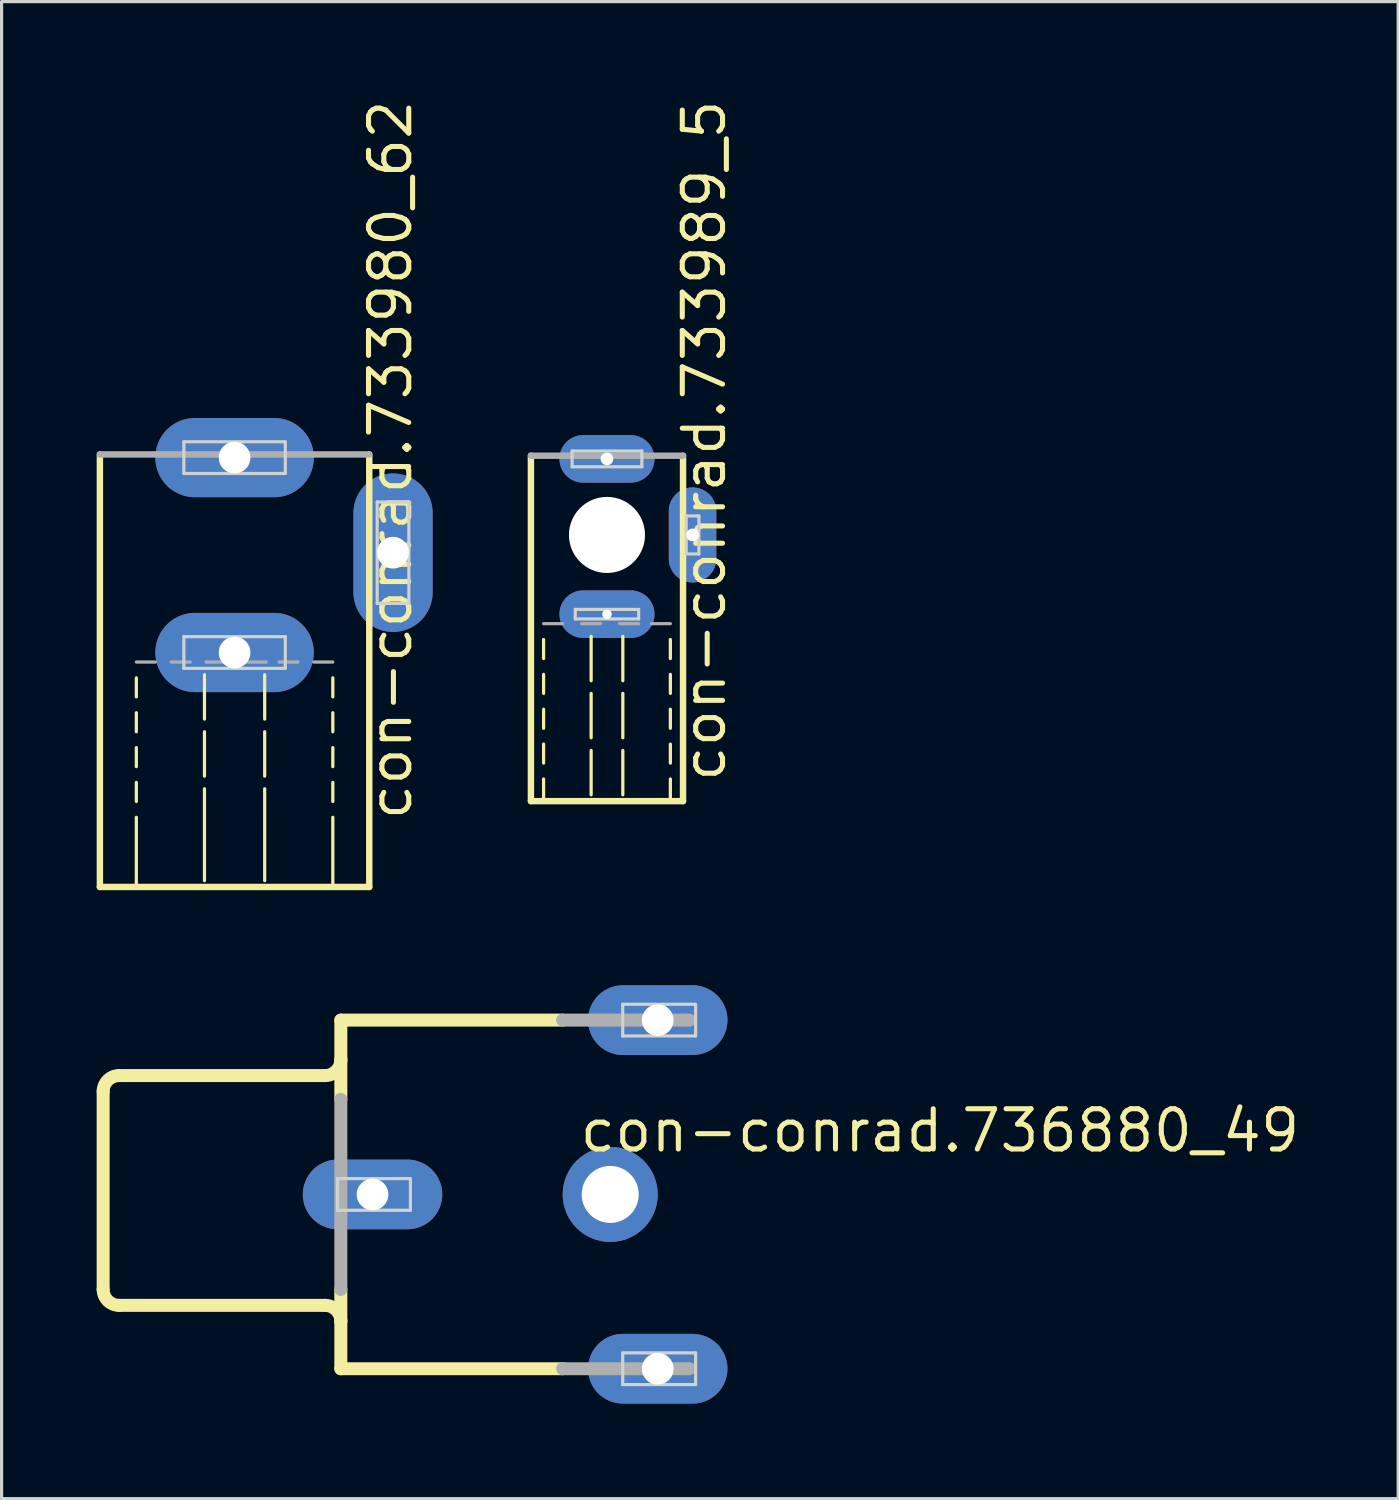
<source format=kicad_pcb>
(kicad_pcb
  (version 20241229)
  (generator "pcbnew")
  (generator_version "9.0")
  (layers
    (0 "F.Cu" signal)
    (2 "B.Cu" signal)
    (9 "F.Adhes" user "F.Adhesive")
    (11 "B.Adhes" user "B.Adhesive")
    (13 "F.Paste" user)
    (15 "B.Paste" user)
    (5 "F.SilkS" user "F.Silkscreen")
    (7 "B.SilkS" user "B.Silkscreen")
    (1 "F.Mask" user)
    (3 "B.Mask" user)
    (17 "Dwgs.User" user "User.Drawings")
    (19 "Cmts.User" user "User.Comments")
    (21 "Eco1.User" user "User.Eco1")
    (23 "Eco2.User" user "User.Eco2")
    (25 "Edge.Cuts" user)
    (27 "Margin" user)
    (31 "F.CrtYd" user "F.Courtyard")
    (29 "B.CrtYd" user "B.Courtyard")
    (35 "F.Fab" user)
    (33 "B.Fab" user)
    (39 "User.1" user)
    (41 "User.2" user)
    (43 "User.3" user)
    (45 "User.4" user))
  (footprint "con-conrad.733980_62"
    (layer "F.Cu")
    (at 4.352 19.96)
    (property "Reference" "con-conrad.733980_62" (at 5.66 2.945 90) (layer "F.SilkS") (effects (font (size 1.27 1.27) (thickness 0.16)) (justify left bottom)))
    (attr through_hole)
    (fp_line (start -4.25 -8.67) (end -4.25 4.978) (stroke (width 0.203) (type default)) (layer "F.SilkS"))
    (fp_line (start -4.25 4.978) (end 4.25 4.978) (stroke (width 0.203) (type default)) (layer "F.SilkS"))
    (fp_line (start -3.1 -1.02) (end -3.1 -1.62) (stroke (width 0.102) (type default)) (layer "F.SilkS"))
    (fp_line (start -3.1 0.08) (end -3.1 -0.52) (stroke (width 0.102) (type default)) (layer "F.SilkS"))
    (fp_line (start -3.1 1.18) (end -3.1 0.58) (stroke (width 0.102) (type default)) (layer "F.SilkS"))
    (fp_line (start -3.1 2.28) (end -3.1 1.68) (stroke (width 0.102) (type default)) (layer "F.SilkS"))
    (fp_line (start -3.1 4.878) (end -3.1 2.78) (stroke (width 0.102) (type default)) (layer "F.SilkS"))
    (fp_line (start -0.95 -0.32) (end -0.95 -1.72) (stroke (width 0.102) (type default)) (layer "F.SilkS"))
    (fp_line (start -0.95 1.48) (end -0.95 0.08) (stroke (width 0.102) (type default)) (layer "F.SilkS"))
    (fp_line (start -0.95 4.778) (end -0.95 1.88) (stroke (width 0.102) (type default)) (layer "F.SilkS"))
    (fp_line (start 0.95 -0.32) (end 0.95 -1.72) (stroke (width 0.102) (type default)) (layer "F.SilkS"))
    (fp_line (start 0.95 1.48) (end 0.95 0.08) (stroke (width 0.102) (type default)) (layer "F.SilkS"))
    (fp_line (start 0.95 4.778) (end 0.95 1.88) (stroke (width 0.102) (type default)) (layer "F.SilkS"))
    (fp_line (start 3.1 -1.02) (end 3.1 -1.62) (stroke (width 0.102) (type default)) (layer "F.SilkS"))
    (fp_line (start 3.1 0.08) (end 3.1 -0.52) (stroke (width 0.102) (type default)) (layer "F.SilkS"))
    (fp_line (start 3.1 1.18) (end 3.1 0.58) (stroke (width 0.102) (type default)) (layer "F.SilkS"))
    (fp_line (start 3.1 2.28) (end 3.1 1.68) (stroke (width 0.102) (type default)) (layer "F.SilkS"))
    (fp_line (start 3.1 4.878) (end 3.1 2.78) (stroke (width 0.102) (type default)) (layer "F.SilkS"))
    (fp_line (start 4.25 4.978) (end 4.25 -8.67) (stroke (width 0.203) (type default)) (layer "F.SilkS"))
    (fp_line (start -1.6 -9.07) (end 1.6 -9.07) (stroke (width 0.1) (type default)) (layer "Edge.Cuts"))
    (fp_line (start -1.6 -8.07) (end -1.6 -9.07) (stroke (width 0.1) (type default)) (layer "Edge.Cuts"))
    (fp_line (start -1.6 -2.92) (end 1.6 -2.92) (stroke (width 0.1) (type default)) (layer "Edge.Cuts"))
    (fp_line (start -1.6 -1.92) (end -1.6 -2.92) (stroke (width 0.1) (type default)) (layer "Edge.Cuts"))
    (fp_line (start 1.6 -9.07) (end 1.6 -8.07) (stroke (width 0.1) (type default)) (layer "Edge.Cuts"))
    (fp_line (start 1.6 -8.07) (end -1.6 -8.07) (stroke (width 0.1) (type default)) (layer "Edge.Cuts"))
    (fp_line (start 1.6 -2.92) (end 1.6 -1.92) (stroke (width 0.1) (type default)) (layer "Edge.Cuts"))
    (fp_line (start 1.6 -1.92) (end -1.6 -1.92) (stroke (width 0.1) (type default)) (layer "Edge.Cuts"))
    (fp_line (start 4.5 -7.17) (end 5.5 -7.17) (stroke (width 0.1) (type default)) (layer "Edge.Cuts"))
    (fp_line (start 4.5 -3.97) (end 4.5 -7.17) (stroke (width 0.1) (type default)) (layer "Edge.Cuts"))
    (fp_line (start 5.5 -7.17) (end 5.5 -3.97) (stroke (width 0.1) (type default)) (layer "Edge.Cuts"))
    (fp_line (start 5.5 -3.97) (end 4.5 -3.97) (stroke (width 0.1) (type default)) (layer "Edge.Cuts"))
    (fp_line (start -2.5 -2.12) (end -3.1 -2.12) (stroke (width 0.102) (type default)) (layer "F.Fab"))
    (fp_line (start -1.4 -2.12) (end -2 -2.12) (stroke (width 0.102) (type default)) (layer "F.Fab"))
    (fp_line (start -0.3 -2.12) (end -0.9 -2.12) (stroke (width 0.102) (type default)) (layer "F.Fab"))
    (fp_line (start 1 -2.12) (end 0.4 -2.12) (stroke (width 0.102) (type default)) (layer "F.Fab"))
    (fp_line (start 2 -2.12) (end 1.4 -2.12) (stroke (width 0.102) (type default)) (layer "F.Fab"))
    (fp_line (start 3.1 -2.12) (end 2.5 -2.12) (stroke (width 0.102) (type default)) (layer "F.Fab"))
    (fp_line (start 4.25 -8.67) (end -4.25 -8.67) (stroke (width 0.203) (type default)) (layer "F.Fab"))
    (pad "1" thru_hole oval (at 0 -8.57) (size 5 2.5) (drill 1) (layers "*.Cu" "*.Mask"))
    (pad "2" thru_hole oval (at 0 -2.42) (size 5 2.5) (drill 1) (layers "*.Cu" "*.Mask"))
    (pad "3" thru_hole oval (at 5 -5.57 90) (size 5 2.5) (drill 1) (layers "*.Cu" "*.Mask")))
  (footprint "con-conrad.736880_49"
    (layer "F.Cu")
    (at 12.625 34.64)
    (property "Reference" "con-conrad.736880_49" (at 2.54 -1.27 0) (layer "F.SilkS") (effects (font (size 1.27 1.27) (thickness 0.16)) (justify left bottom)))
    (attr through_hole)
    (fp_line (start -12.42 3) (end -12.42 -3.25) (stroke (width 0.41) (type default)) (layer "F.SilkS"))
    (fp_line (start -11.92 -3.75) (end -5.42 -3.75) (stroke (width 0.41) (type default)) (layer "F.SilkS"))
    (fp_line (start -5.42 3.5) (end -11.92 3.5) (stroke (width 0.41) (type default)) (layer "F.SilkS"))
    (fp_line (start -4.92 -5.5) (end -4.92 -4.25) (stroke (width 0.41) (type default)) (layer "F.SilkS"))
    (fp_line (start -4.92 -4.25) (end -4.92 -3) (stroke (width 0.41) (type default)) (layer "F.SilkS"))
    (fp_line (start -4.92 4) (end -4.92 3) (stroke (width 0.41) (type default)) (layer "F.SilkS"))
    (fp_line (start -4.92 5.5) (end -4.92 4) (stroke (width 0.41) (type default)) (layer "F.SilkS"))
    (fp_line (start 2.08 -5.5) (end -4.92 -5.5) (stroke (width 0.41) (type default)) (layer "F.SilkS"))
    (fp_line (start 2.08 5.5) (end -4.92 5.5) (stroke (width 0.41) (type default)) (layer "F.SilkS"))
    (fp_arc (start -12.42 -3.25) (mid -12.273553 -3.603553) (end -11.92 -3.75) (stroke (width 0.4096) (type default)) (layer "F.SilkS"))
    (fp_arc (start -11.92 3.5) (mid -12.273553 3.353553) (end -12.42 3) (stroke (width 0.4096) (type default)) (layer "F.SilkS"))
    (fp_arc (start -5.42 3.5) (mid -5.066447 3.646447) (end -4.92 4) (stroke (width 0.4096) (type default)) (layer "F.SilkS"))
    (fp_arc (start -4.92 -4.25) (mid -5.066447 -3.896447) (end -5.42 -3.75) (stroke (width 0.4096) (type default)) (layer "F.SilkS"))
    (fp_line (start -5.025 -0.5) (end -2.725 -0.5) (stroke (width 0.1) (type default)) (layer "Edge.Cuts"))
    (fp_line (start -5.025 0.5) (end -5.025 -0.5) (stroke (width 0.1) (type default)) (layer "Edge.Cuts"))
    (fp_line (start -2.725 -0.5) (end -2.725 0.5) (stroke (width 0.1) (type default)) (layer "Edge.Cuts"))
    (fp_line (start -2.725 0.5) (end -5.025 0.5) (stroke (width 0.1) (type default)) (layer "Edge.Cuts"))
    (fp_line (start 3.975 -6) (end 6.275 -6) (stroke (width 0.1) (type default)) (layer "Edge.Cuts"))
    (fp_line (start 3.975 -5) (end 3.975 -6) (stroke (width 0.1) (type default)) (layer "Edge.Cuts"))
    (fp_line (start 3.975 5) (end 6.275 5) (stroke (width 0.1) (type default)) (layer "Edge.Cuts"))
    (fp_line (start 3.975 6) (end 3.975 5) (stroke (width 0.1) (type default)) (layer "Edge.Cuts"))
    (fp_line (start 6.275 -6) (end 6.275 -5) (stroke (width 0.1) (type default)) (layer "Edge.Cuts"))
    (fp_line (start 6.275 -5) (end 3.975 -5) (stroke (width 0.1) (type default)) (layer "Edge.Cuts"))
    (fp_line (start 6.275 5) (end 6.275 6) (stroke (width 0.1) (type default)) (layer "Edge.Cuts"))
    (fp_line (start 6.275 6) (end 3.975 6) (stroke (width 0.1) (type default)) (layer "Edge.Cuts"))
    (fp_line (start -4.92 -3) (end -4.92 3) (stroke (width 0.41) (type default)) (layer "F.Fab"))
    (fp_line (start 6.08 -5.5) (end 2.08 -5.5) (stroke (width 0.41) (type default)) (layer "F.Fab"))
    (fp_line (start 6.08 5.5) (end 2.08 5.5) (stroke (width 0.41) (type default)) (layer "F.Fab"))
    (pad "1" thru_hole oval (at -3.92 0) (size 4.4 2.2) (drill 1) (layers "*.Cu" "*.Mask"))
    (pad "1@1" thru_hole oval (at 5.08 5.5) (size 4.4 2.2) (drill 1) (layers "*.Cu" "*.Mask"))
    (pad "1@2" thru_hole oval (at 5.08 -5.5) (size 4.4 2.2) (drill 1) (layers "*.Cu" "*.Mask"))
    (pad "2" thru_hole circle (at 3.58 0) (size 3 3) (drill 1.8) (layers "*.Cu" "*.Mask")))
  (footprint "con-conrad.733989_5"
    (layer "F.Cu")
    (at 16.103 17.25)
    (property "Reference" "con-conrad.733989_5" (at 3.81 4.445 90) (layer "F.SilkS") (effects (font (size 1.27 1.27) (thickness 0.16)) (justify left bottom)))
    (attr through_hole)
    (fp_line (start -2.4 -5.92) (end -2.4 4.98) (stroke (width 0.203) (type default)) (layer "F.SilkS"))
    (fp_line (start -2.4 4.98) (end 2.4 4.98) (stroke (width 0.203) (type default)) (layer "F.SilkS"))
    (fp_line (start -2 0.48) (end -2 -0.12) (stroke (width 0.102) (type default)) (layer "F.SilkS"))
    (fp_line (start -2 1.58) (end -2 0.98) (stroke (width 0.102) (type default)) (layer "F.SilkS"))
    (fp_line (start -2 2.68) (end -2 2.08) (stroke (width 0.102) (type default)) (layer "F.SilkS"))
    (fp_line (start -2 3.78) (end -2 3.18) (stroke (width 0.102) (type default)) (layer "F.SilkS"))
    (fp_line (start -2 4.88) (end -2 4.28) (stroke (width 0.102) (type default)) (layer "F.SilkS"))
    (fp_line (start -0.5 1.18) (end -0.5 -0.22) (stroke (width 0.102) (type default)) (layer "F.SilkS"))
    (fp_line (start -0.5 2.98) (end -0.5 1.58) (stroke (width 0.102) (type default)) (layer "F.SilkS"))
    (fp_line (start -0.5 4.78) (end -0.5 3.38) (stroke (width 0.102) (type default)) (layer "F.SilkS"))
    (fp_line (start 0.5 1.18) (end 0.5 -0.22) (stroke (width 0.102) (type default)) (layer "F.SilkS"))
    (fp_line (start 0.5 2.98) (end 0.5 1.58) (stroke (width 0.102) (type default)) (layer "F.SilkS"))
    (fp_line (start 0.5 4.78) (end 0.5 3.38) (stroke (width 0.102) (type default)) (layer "F.SilkS"))
    (fp_line (start 2 0.48) (end 2 -0.12) (stroke (width 0.102) (type default)) (layer "F.SilkS"))
    (fp_line (start 2 1.58) (end 2 0.98) (stroke (width 0.102) (type default)) (layer "F.SilkS"))
    (fp_line (start 2 2.68) (end 2 2.08) (stroke (width 0.102) (type default)) (layer "F.SilkS"))
    (fp_line (start 2 3.78) (end 2 3.18) (stroke (width 0.102) (type default)) (layer "F.SilkS"))
    (fp_line (start 2 4.88) (end 2 4.28) (stroke (width 0.102) (type default)) (layer "F.SilkS"))
    (fp_line (start 2.4 4.98) (end 2.4 -5.92) (stroke (width 0.203) (type default)) (layer "F.SilkS"))
    (fp_line (start -1.1 -6.07) (end 1.1 -6.07) (stroke (width 0.1) (type default)) (layer "Edge.Cuts"))
    (fp_line (start -1.1 -5.57) (end -1.1 -6.07) (stroke (width 0.1) (type default)) (layer "Edge.Cuts"))
    (fp_line (start -1 -1.07) (end 1 -1.07) (stroke (width 0.1) (type default)) (layer "Edge.Cuts"))
    (fp_line (start -1 -0.77) (end -1 -1.07) (stroke (width 0.1) (type default)) (layer "Edge.Cuts"))
    (fp_line (start 1 -1.07) (end 1 -0.77) (stroke (width 0.1) (type default)) (layer "Edge.Cuts"))
    (fp_line (start 1 -0.77) (end -1 -0.77) (stroke (width 0.1) (type default)) (layer "Edge.Cuts"))
    (fp_line (start 1.1 -6.07) (end 1.1 -5.57) (stroke (width 0.1) (type default)) (layer "Edge.Cuts"))
    (fp_line (start 1.1 -5.57) (end -1.1 -5.57) (stroke (width 0.1) (type default)) (layer "Edge.Cuts"))
    (fp_line (start 2.5 -4.02) (end 2.9 -4.02) (stroke (width 0.1) (type default)) (layer "Edge.Cuts"))
    (fp_line (start 2.5 -2.82) (end 2.5 -4.02) (stroke (width 0.1) (type default)) (layer "Edge.Cuts"))
    (fp_line (start 2.9 -4.02) (end 2.9 -2.82) (stroke (width 0.1) (type default)) (layer "Edge.Cuts"))
    (fp_line (start 2.9 -2.82) (end 2.5 -2.82) (stroke (width 0.1) (type default)) (layer "Edge.Cuts"))
    (fp_line (start -1.4 -0.62) (end -2 -0.62) (stroke (width 0.102) (type default)) (layer "F.Fab"))
    (fp_line (start -0.2 -0.62) (end -0.8 -0.62) (stroke (width 0.102) (type default)) (layer "F.Fab"))
    (fp_line (start 1 -0.62) (end 0.4 -0.62) (stroke (width 0.102) (type default)) (layer "F.Fab"))
    (fp_line (start 2 -0.62) (end 1.4 -0.62) (stroke (width 0.102) (type default)) (layer "F.Fab"))
    (fp_line (start 2.4 -5.92) (end -2.4 -5.92) (stroke (width 0.203) (type default)) (layer "F.Fab"))
    (pad "" np_thru_hole circle (at 0 -3.42) (size 2.4 2.4) (drill 2.4) (layers "*.Cu" "*.Mask"))
    (pad "1" thru_hole oval (at 0 -5.82) (size 3 1.5) (drill 0.4) (layers "*.Cu" "*.Mask"))
    (pad "2" thru_hole oval (at 0 -0.92) (size 3 1.5) (drill 0.3) (layers "*.Cu" "*.Mask"))
    (pad "3" thru_hole oval (at 2.7 -3.42 90) (size 3 1.5) (drill 0.4) (layers "*.Cu" "*.Mask")))
  (gr_rect
    (start -3 -3)
    (end 41.069 44.24)
    (stroke (width 0.1) (type default))
    (fill no)
    (layer "Edge.Cuts")))
</source>
